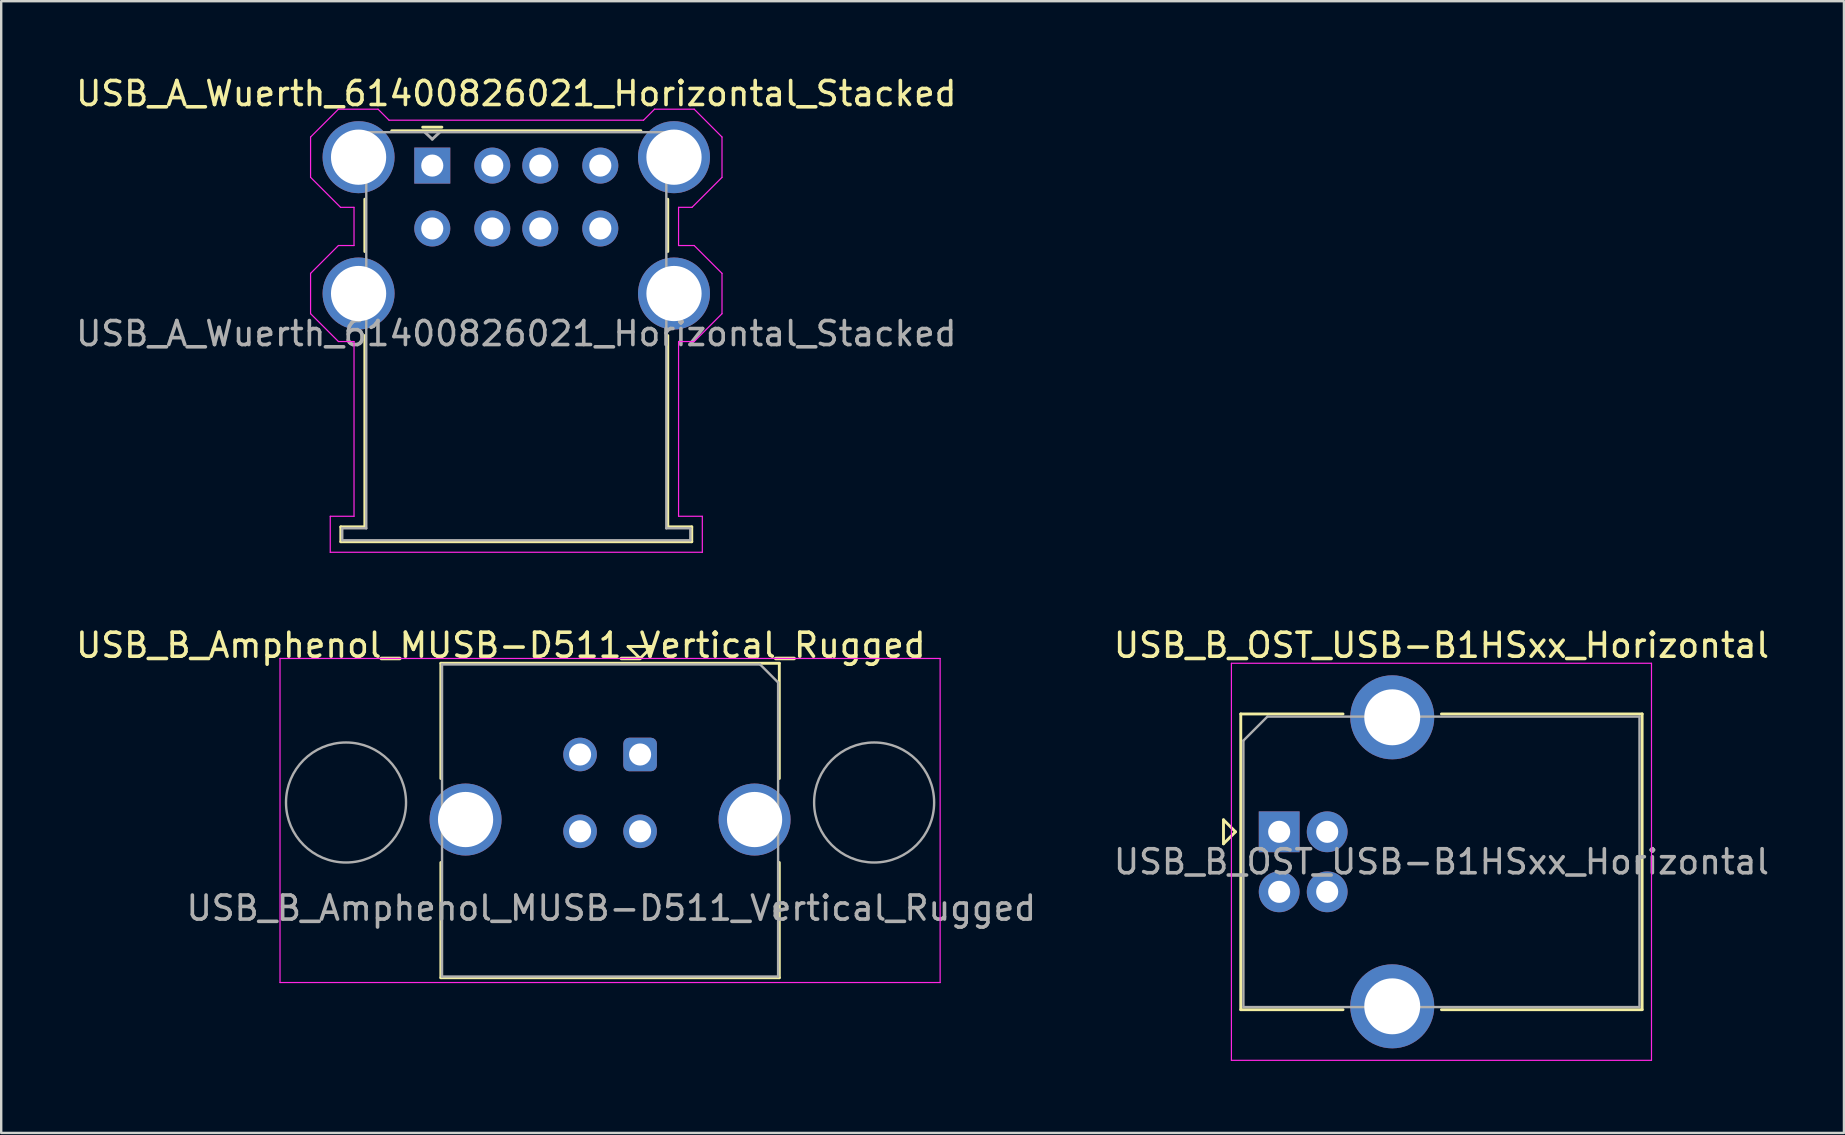
<source format=kicad_pcb>
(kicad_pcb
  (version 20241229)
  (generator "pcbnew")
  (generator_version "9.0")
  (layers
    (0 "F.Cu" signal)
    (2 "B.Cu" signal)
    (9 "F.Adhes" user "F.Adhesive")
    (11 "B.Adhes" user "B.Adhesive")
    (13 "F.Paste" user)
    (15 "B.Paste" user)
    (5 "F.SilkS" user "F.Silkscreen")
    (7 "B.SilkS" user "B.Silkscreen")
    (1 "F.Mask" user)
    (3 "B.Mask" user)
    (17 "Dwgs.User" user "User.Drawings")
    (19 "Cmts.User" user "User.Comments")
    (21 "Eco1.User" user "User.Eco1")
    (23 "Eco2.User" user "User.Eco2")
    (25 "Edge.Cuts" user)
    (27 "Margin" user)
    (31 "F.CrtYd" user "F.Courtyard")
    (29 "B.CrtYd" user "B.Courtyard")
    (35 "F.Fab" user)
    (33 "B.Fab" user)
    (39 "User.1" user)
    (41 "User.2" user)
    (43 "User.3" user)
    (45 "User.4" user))
  (footprint "USB_B_OST_USB-B1HSxx_Horizontal"
    (layer "F.Cu")
    (at 50.239 31.602)
    (property "Reference" "USB_B_OST_USB-B1HSxx_Horizontal" (at 6.76 -7.77 0) (layer "F.SilkS") (effects (font (size 1 1) (thickness 0.15))))
    (attr through_hole)
    (fp_line (start -2.32 -0.5) (end -2.32 0.5) (stroke (width 0.12) (type solid)) (layer "F.SilkS"))
    (fp_line (start -2.32 0.5) (end -1.82 0) (stroke (width 0.12) (type solid)) (layer "F.SilkS"))
    (fp_line (start -1.82 0) (end -2.32 -0.5) (stroke (width 0.12) (type solid)) (layer "F.SilkS"))
    (fp_line (start -1.6 -4.91) (end -1.6 7.41) (stroke (width 0.12) (type solid)) (layer "F.SilkS"))
    (fp_line (start -1.6 7.41) (end 2.66 7.41) (stroke (width 0.12) (type solid)) (layer "F.SilkS"))
    (fp_line (start 2.66 -4.91) (end -1.6 -4.91) (stroke (width 0.12) (type solid)) (layer "F.SilkS"))
    (fp_line (start 6.76 -4.91) (end 15.12 -4.91) (stroke (width 0.12) (type solid)) (layer "F.SilkS"))
    (fp_line (start 15.12 -4.91) (end 15.12 7.41) (stroke (width 0.12) (type solid)) (layer "F.SilkS"))
    (fp_line (start 15.12 7.41) (end 6.76 7.41) (stroke (width 0.12) (type solid)) (layer "F.SilkS"))
    (fp_line (start -1.99 -7.02) (end -1.99 9.52) (stroke (width 0.05) (type solid)) (layer "F.CrtYd"))
    (fp_line (start -1.99 9.52) (end 15.51 9.52) (stroke (width 0.05) (type solid)) (layer "F.CrtYd"))
    (fp_line (start 15.51 -7.02) (end -1.99 -7.02) (stroke (width 0.05) (type solid)) (layer "F.CrtYd"))
    (fp_line (start 15.51 9.52) (end 15.51 -7.02) (stroke (width 0.05) (type solid)) (layer "F.CrtYd"))
    (fp_line (start -1.49 -3.8) (end -0.49 -4.8) (stroke (width 0.1) (type solid)) (layer "F.Fab"))
    (fp_line (start -1.49 7.3) (end -1.49 -3.8) (stroke (width 0.1) (type solid)) (layer "F.Fab"))
    (fp_line (start -0.49 -4.8) (end 15.01 -4.8) (stroke (width 0.1) (type solid)) (layer "F.Fab"))
    (fp_line (start 15.01 -4.8) (end 15.01 7.3) (stroke (width 0.1) (type solid)) (layer "F.Fab"))
    (fp_line (start 15.01 7.3) (end -1.49 7.3) (stroke (width 0.1) (type solid)) (layer "F.Fab"))
    (fp_text user "${REFERENCE}" (at 6.76 1.25 0) (layer "F.Fab") (effects (font (size 1 1) (thickness 0.15))))
    (pad "1" thru_hole rect (at 0 0) (size 1.7 1.7) (drill 0.92) (layers "*.Cu" "*.Mask"))
    (pad "2" thru_hole circle (at 0 2.5) (size 1.7 1.7) (drill 0.92) (layers "*.Cu" "*.Mask"))
    (pad "3" thru_hole circle (at 2 2.5) (size 1.7 1.7) (drill 0.92) (layers "*.Cu" "*.Mask"))
    (pad "4" thru_hole circle (at 2 0) (size 1.7 1.7) (drill 0.92) (layers "*.Cu" "*.Mask"))
    (pad "SH" thru_hole circle (at 4.71 -4.77) (size 3.5 3.5) (drill 2.33) (layers "*.Cu" "*.Mask"))
    (pad "SH" thru_hole circle (at 4.71 7.27) (size 3.5 3.5) (drill 2.33) (layers "*.Cu" "*.Mask")))
  (footprint "USB_A_Wuerth_61400826021_Horizontal_Stacked"
    (layer "F.Cu")
    (at 14.958 3.848)
    (property "Reference" "USB_A_Wuerth_61400826021_Horizontal_Stacked" (at 3.5 -3 0) (layer "F.SilkS") (effects (font (size 1 1) (thickness 0.15))))
    (attr through_hole)
    (fp_line (start -3.81 15.05) (end -2.81 15.05) (stroke (width 0.12) (type solid)) (layer "F.SilkS"))
    (fp_line (start -3.81 15.67) (end -3.81 15.05) (stroke (width 0.12) (type solid)) (layer "F.SilkS"))
    (fp_line (start -2.81 3.58) (end -2.81 1.4) (stroke (width 0.12) (type solid)) (layer "F.SilkS"))
    (fp_line (start -2.81 15.05) (end -2.81 7.08) (stroke (width 0.12) (type solid)) (layer "F.SilkS"))
    (fp_line (start -1.69 -1.45) (end 8.69 -1.45) (stroke (width 0.12) (type solid)) (layer "F.SilkS"))
    (fp_line (start 0.4 -1.6) (end -0.4 -1.6) (stroke (width 0.12) (type solid)) (layer "F.SilkS"))
    (fp_line (start 9.81 3.58) (end 9.81 1.4) (stroke (width 0.12) (type solid)) (layer "F.SilkS"))
    (fp_line (start 9.81 7.08) (end 9.81 15.05) (stroke (width 0.12) (type solid)) (layer "F.SilkS"))
    (fp_line (start 9.81 15.05) (end 10.81 15.05) (stroke (width 0.12) (type solid)) (layer "F.SilkS"))
    (fp_line (start 10.81 15.05) (end 10.81 15.67) (stroke (width 0.12) (type solid)) (layer "F.SilkS"))
    (fp_line (start 10.81 15.67) (end -3.81 15.67) (stroke (width 0.12) (type solid)) (layer "F.SilkS"))
    (fp_line (start -5.07 -1.19) (end -5.07 0.49) (stroke (width 0.05) (type solid)) (layer "F.CrtYd"))
    (fp_line (start -5.07 0.49) (end -3.82 1.74) (stroke (width 0.05) (type solid)) (layer "F.CrtYd"))
    (fp_line (start -5.07 4.49) (end -5.07 6.17) (stroke (width 0.05) (type solid)) (layer "F.CrtYd"))
    (fp_line (start -5.07 6.17) (end -3.91 7.33) (stroke (width 0.05) (type solid)) (layer "F.CrtYd"))
    (fp_line (start -4.25 14.61) (end -4.25 16.11) (stroke (width 0.05) (type solid)) (layer "F.CrtYd"))
    (fp_line (start -4.25 16.11) (end 11.25 16.11) (stroke (width 0.05) (type solid)) (layer "F.CrtYd"))
    (fp_line (start -3.91 -2.35) (end -5.07 -1.19) (stroke (width 0.05) (type solid)) (layer "F.CrtYd"))
    (fp_line (start -3.91 3.33) (end -5.07 4.49) (stroke (width 0.05) (type solid)) (layer "F.CrtYd"))
    (fp_line (start -3.91 3.33) (end -3.26 3.33) (stroke (width 0.05) (type solid)) (layer "F.CrtYd"))
    (fp_line (start -3.82 1.74) (end -3.26 1.74) (stroke (width 0.05) (type solid)) (layer "F.CrtYd"))
    (fp_line (start -3.26 1.74) (end -3.26 3.33) (stroke (width 0.05) (type solid)) (layer "F.CrtYd"))
    (fp_line (start -3.26 7.33) (end -3.91 7.33) (stroke (width 0.05) (type solid)) (layer "F.CrtYd"))
    (fp_line (start -3.26 7.33) (end -3.26 14.61) (stroke (width 0.05) (type solid)) (layer "F.CrtYd"))
    (fp_line (start -3.26 14.61) (end -4.25 14.61) (stroke (width 0.05) (type solid)) (layer "F.CrtYd"))
    (fp_line (start -2.26 -2.35) (end -3.91 -2.35) (stroke (width 0.05) (type solid)) (layer "F.CrtYd"))
    (fp_line (start -2.26 -2.35) (end -1.8 -1.89) (stroke (width 0.05) (type solid)) (layer "F.CrtYd"))
    (fp_line (start 8.8 -1.89) (end -1.8 -1.89) (stroke (width 0.05) (type solid)) (layer "F.CrtYd"))
    (fp_line (start 9.26 -2.35) (end 8.8 -1.89) (stroke (width 0.05) (type solid)) (layer "F.CrtYd"))
    (fp_line (start 10.26 1.74) (end 10.26 3.33) (stroke (width 0.05) (type solid)) (layer "F.CrtYd"))
    (fp_line (start 10.26 1.74) (end 10.82 1.74) (stroke (width 0.05) (type solid)) (layer "F.CrtYd"))
    (fp_line (start 10.26 3.33) (end 10.91 3.33) (stroke (width 0.05) (type solid)) (layer "F.CrtYd"))
    (fp_line (start 10.26 7.33) (end 10.26 14.61) (stroke (width 0.05) (type solid)) (layer "F.CrtYd"))
    (fp_line (start 10.26 7.33) (end 10.91 7.33) (stroke (width 0.05) (type solid)) (layer "F.CrtYd"))
    (fp_line (start 10.26 14.61) (end 11.25 14.61) (stroke (width 0.05) (type solid)) (layer "F.CrtYd"))
    (fp_line (start 10.91 -2.35) (end 9.26 -2.35) (stroke (width 0.05) (type solid)) (layer "F.CrtYd"))
    (fp_line (start 10.91 -2.35) (end 12.07 -1.19) (stroke (width 0.05) (type solid)) (layer "F.CrtYd"))
    (fp_line (start 10.91 3.33) (end 12.07 4.49) (stroke (width 0.05) (type solid)) (layer "F.CrtYd"))
    (fp_line (start 11.25 14.61) (end 11.25 16.11) (stroke (width 0.05) (type solid)) (layer "F.CrtYd"))
    (fp_line (start 12.07 -1.19) (end 12.07 0.49) (stroke (width 0.05) (type solid)) (layer "F.CrtYd"))
    (fp_line (start 12.07 0.49) (end 10.82 1.74) (stroke (width 0.05) (type solid)) (layer "F.CrtYd"))
    (fp_line (start 12.07 4.49) (end 12.07 6.17) (stroke (width 0.05) (type solid)) (layer "F.CrtYd"))
    (fp_line (start 12.07 6.17) (end 10.91 7.33) (stroke (width 0.05) (type solid)) (layer "F.CrtYd"))
    (fp_line (start -3.75 15.11) (end -3.75 15.61) (stroke (width 0.1) (type solid)) (layer "F.Fab"))
    (fp_line (start -2.75 -1.39) (end -2.75 15.11) (stroke (width 0.1) (type solid)) (layer "F.Fab"))
    (fp_line (start -2.75 15.11) (end -3.75 15.11) (stroke (width 0.1) (type solid)) (layer "F.Fab"))
    (fp_line (start 0 -1.1) (end -0.3 -1.38) (stroke (width 0.12) (type solid)) (layer "F.Fab"))
    (fp_line (start 0 -1.1) (end 0.3 -1.38) (stroke (width 0.12) (type solid)) (layer "F.Fab"))
    (fp_line (start 9.75 -1.39) (end -2.75 -1.39) (stroke (width 0.1) (type solid)) (layer "F.Fab"))
    (fp_line (start 9.75 -1.39) (end 9.75 15.11) (stroke (width 0.1) (type solid)) (layer "F.Fab"))
    (fp_line (start 9.75 15.11) (end 10.75 15.11) (stroke (width 0.1) (type solid)) (layer "F.Fab"))
    (fp_line (start 10.75 15.11) (end 10.75 15.61) (stroke (width 0.1) (type solid)) (layer "F.Fab"))
    (fp_line (start 10.75 15.61) (end -3.75 15.61) (stroke (width 0.1) (type solid)) (layer "F.Fab"))
    (fp_text user "${REFERENCE}" (at 3.5 7 0) (layer "F.Fab") (effects (font (size 1 1) (thickness 0.15))))
    (pad "1" thru_hole rect (at 0 0) (size 1.5 1.5) (drill 0.92) (layers "*.Cu" "*.Mask"))
    (pad "2" thru_hole circle (at 2.5 0) (size 1.5 1.5) (drill 0.92) (layers "*.Cu" "*.Mask"))
    (pad "3" thru_hole circle (at 4.5 0) (size 1.5 1.5) (drill 0.92) (layers "*.Cu" "*.Mask"))
    (pad "4" thru_hole circle (at 7 0) (size 1.5 1.5) (drill 0.92) (layers "*.Cu" "*.Mask"))
    (pad "5" thru_hole circle (at 0 2.62) (size 1.5 1.5) (drill 0.92) (layers "*.Cu" "*.Mask"))
    (pad "6" thru_hole circle (at 2.5 2.62) (size 1.5 1.5) (drill 0.92) (layers "*.Cu" "*.Mask"))
    (pad "7" thru_hole circle (at 4.5 2.62) (size 1.5 1.5) (drill 0.92) (layers "*.Cu" "*.Mask"))
    (pad "8" thru_hole circle (at 7 2.62) (size 1.5 1.5) (drill 0.92) (layers "*.Cu" "*.Mask"))
    (pad "SH" thru_hole circle (at -3.07 -0.35) (size 3 3) (drill 2.3) (layers "*.Cu" "*.Mask"))
    (pad "SH" thru_hole circle (at -3.07 5.33) (size 3 3) (drill 2.3) (layers "*.Cu" "*.Mask"))
    (pad "SH" thru_hole circle (at 10.07 -0.35) (size 3 3) (drill 2.3) (layers "*.Cu" "*.Mask"))
    (pad "SH" thru_hole circle (at 10.07 5.33) (size 3 3) (drill 2.3) (layers "*.Cu" "*.Mask")))
  (footprint "USB_B_Amphenol_MUSB-D511_Vertical_Rugged"
    (layer "F.Cu")
    (at 23.615 28.381)
    (property "Reference" "USB_B_Amphenol_MUSB-D511_Vertical_Rugged" (at -5.8 -4.55 0) (layer "F.SilkS") (effects (font (size 1 1) (thickness 0.15))))
    (attr through_hole)
    (fp_line (start -8.3 -3.8) (end 5.8 -3.8) (stroke (width 0.12) (type solid)) (layer "F.SilkS"))
    (fp_line (start -8.3 1) (end -8.3 -3.8) (stroke (width 0.12) (type solid)) (layer "F.SilkS"))
    (fp_line (start -8.3 9.3) (end -8.3 4.5) (stroke (width 0.12) (type solid)) (layer "F.SilkS"))
    (fp_line (start -0.5 -4.5) (end 0 -4) (stroke (width 0.12) (type solid)) (layer "F.SilkS"))
    (fp_line (start 0 -4) (end 0.5 -4.5) (stroke (width 0.12) (type solid)) (layer "F.SilkS"))
    (fp_line (start 0.5 -4.5) (end -0.5 -4.5) (stroke (width 0.12) (type solid)) (layer "F.SilkS"))
    (fp_line (start 5.8 -3.8) (end 5.8 1) (stroke (width 0.12) (type solid)) (layer "F.SilkS"))
    (fp_line (start 5.8 4.5) (end 5.8 9.3) (stroke (width 0.12) (type solid)) (layer "F.SilkS"))
    (fp_line (start 5.8 9.3) (end -8.3 9.3) (stroke (width 0.12) (type solid)) (layer "F.SilkS"))
    (fp_line (start -15 -4) (end -15 9.5) (stroke (width 0.05) (type solid)) (layer "F.CrtYd"))
    (fp_line (start -15 -4) (end 12.5 -4) (stroke (width 0.05) (type solid)) (layer "F.CrtYd"))
    (fp_line (start 12.5 9.5) (end -15 9.5) (stroke (width 0.05) (type solid)) (layer "F.CrtYd"))
    (fp_line (start 12.5 9.5) (end 12.5 -4) (stroke (width 0.05) (type solid)) (layer "F.CrtYd"))
    (fp_line (start -8.25 -3.75) (end 5 -3.75) (stroke (width 0.1) (type solid)) (layer "F.Fab"))
    (fp_line (start -8.25 9.25) (end -8.25 -3.75) (stroke (width 0.1) (type solid)) (layer "F.Fab"))
    (fp_line (start 5 -3.75) (end 5.75 -3) (stroke (width 0.1) (type solid)) (layer "F.Fab"))
    (fp_line (start 5.75 -3) (end 5.75 9.25) (stroke (width 0.1) (type solid)) (layer "F.Fab"))
    (fp_line (start 5.75 9.25) (end -8.25 9.25) (stroke (width 0.1) (type solid)) (layer "F.Fab"))
    (fp_circle (center -12.25 2) (end -12.25 4.5) (stroke (width 0.1) (type solid)) (fill no) (layer "F.Fab"))
    (fp_circle (center 9.75 2) (end 9.75 4.5) (stroke (width 0.1) (type solid)) (fill no) (layer "F.Fab"))
    (fp_text user "${REFERENCE}" (at -1.2 6.4 0) (layer "F.Fab") (effects (font (size 1 1) (thickness 0.15))))
    (pad "1" thru_hole roundrect (at 0 0) (size 1.4 1.4) (drill 0.92) (layers "*.Cu" "*.Mask") (roundrect_rratio 0.179))
    (pad "2" thru_hole circle (at -2.5 0) (size 1.4 1.4) (drill 0.92) (layers "*.Cu" "*.Mask"))
    (pad "3" thru_hole circle (at -2.5 3.2) (size 1.4 1.4) (drill 0.92) (layers "*.Cu" "*.Mask"))
    (pad "4" thru_hole circle (at 0 3.2) (size 1.4 1.4) (drill 0.92) (layers "*.Cu" "*.Mask"))
    (pad "SH" thru_hole circle (at -7.27 2.71) (size 3 3) (drill 2.3) (layers "*.Cu" "*.Mask"))
    (pad "SH" thru_hole circle (at 4.77 2.71) (size 3 3) (drill 2.3) (layers "*.Cu" "*.Mask")))
  (gr_rect
    (start -3 -3)
    (end 73.767 44.147)
    (stroke (width 0.1) (type default))
    (fill no)
    (layer "Edge.Cuts")))
</source>
